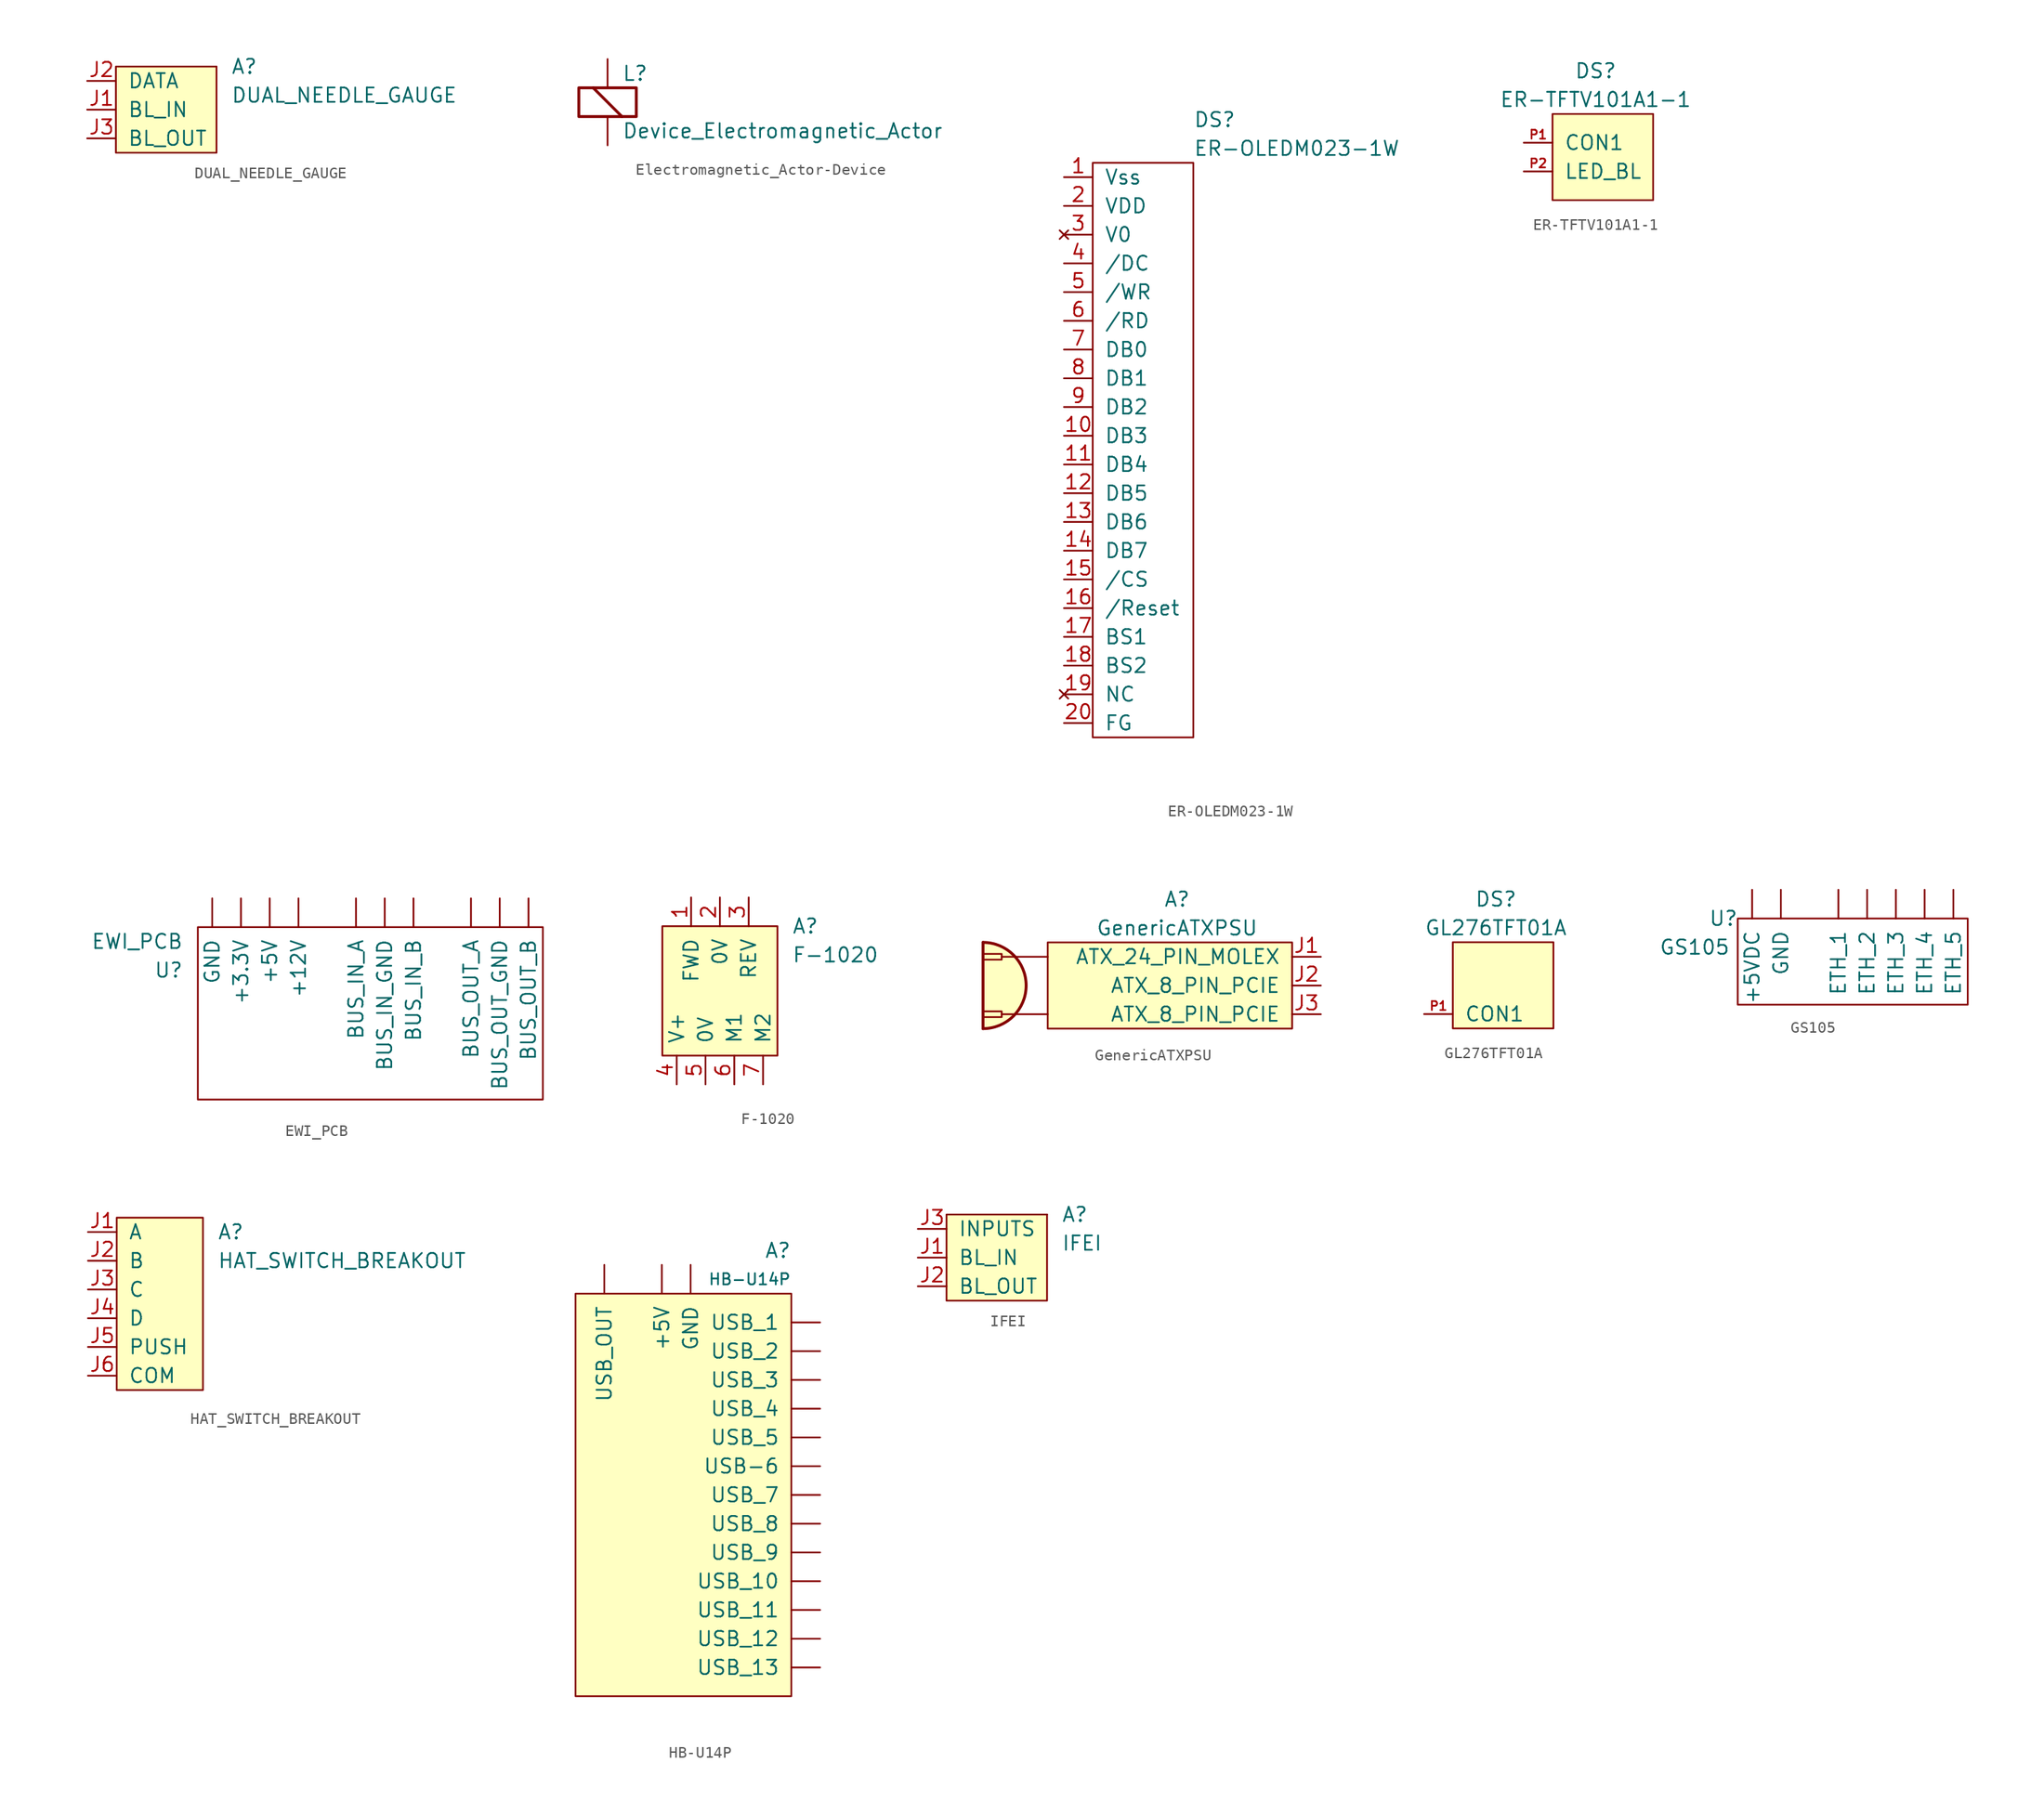
<source format=kicad_sym>
(kicad_symbol_lib
  (version 20231120)
  (generator "kicad_symbol_editor")
  (generator_version "8.0")
  (symbol "DUAL_NEEDLE_GAUGE"
    (pin_names
      (offset 1.016))
    (property "Reference" "A"
      (at 10.16 6.35 0)
      (effects (font (size 1.27 1.27)) (justify left)))
    (property "Value" "DUAL_NEEDLE_GAUGE"
      (at 10.16 3.81 0)
      (effects (font (size 1.27 1.27)) (justify left)))
    (symbol "DUAL_NEEDLE_GAUGE_0_0"
      (pin input line (at -2.54 2.54 0) (length 2.54) (name "BL_IN" (effects (font (size 1.27 1.27)))) (number "J1" (effects (font (size 1.27 1.27)))))
      (pin input line (at -2.54 5.08 0) (length 2.54) (name "DATA" (effects (font (size 1.27 1.27)))) (number "J2" (effects (font (size 1.27 1.27)))))
      (pin output line (at -2.54 0 0) (length 2.54) (name "BL_OUT" (effects (font (size 1.27 1.27)))) (number "J3" (effects (font (size 1.27 1.27))))))
    (symbol "DUAL_NEEDLE_GAUGE_0_1"
      (rectangle (start 0 -1.27) (end 8.89 6.35) (stroke (width 0) (type default)) (fill (type background)))
      (rectangle (start 8.89 6.35) (end 8.89 6.35) (stroke (width 0) (type default)) (fill (type none)))))
  (symbol "Electromagnetic_Actor-Device"
    (pin_numbers hide)
    (pin_names
      (offset 0.025) hide)
    (property "Reference" "L"
      (at 1.27 3.81 0)
      (effects (font (size 1.27 1.27)) (justify left)))
    (property "Value" "Device_Electromagnetic_Actor"
      (at 1.27 -1.27 0)
      (effects (font (size 1.27 1.27)) (justify left)))
    (symbol "Electromagnetic_Actor-Device_0_1"
      (rectangle (start -2.54 2.54) (end 2.54 0) (stroke (width 0.254) (type solid)) (fill (type none)))
      (polyline (pts (xy -1.27 2.54) (xy 1.27 0)) (stroke (width 0.254) (type solid)) (fill (type none))))
    (symbol "Electromagnetic_Actor-Device_1_1"
      (pin passive line (at 0 5.08 270) (length 2.54) (name "-" (effects (font (size 1.27 1.27)))) (number "1" (effects (font (size 1.27 1.27)))))
      (pin passive line (at 0 -2.54 90) (length 2.54) (name "+" (effects (font (size 1.27 1.27)))) (number "2" (effects (font (size 1.27 1.27)))))))
  (symbol "ER-OLEDM023-1W"
    (pin_names
      (offset 1.016))
    (property "Reference" "DS"
      (at 2.54 19.05 0)
      (effects (font (size 1.27 1.27)) (justify left)))
    (property "Value" "ER-OLEDM023-1W"
      (at 2.54 16.51 0)
      (effects (font (size 1.27 1.27)) (justify left)))
    (symbol "ER-OLEDM023-1W_0_0"
      (pin power_out line (at -8.89 13.97 0) (length 2.54) (name "Vss" (effects (font (size 1.27 1.27)))) (number "1" (effects (font (size 1.27 1.27)))))
      (pin bidirectional line (at -8.89 -8.89 0) (length 2.54) (name "DB3" (effects (font (size 1.27 1.27)))) (number "10" (effects (font (size 1.27 1.27)))))
      (pin bidirectional line (at -8.89 -11.43 0) (length 2.54) (name "DB4" (effects (font (size 1.27 1.27)))) (number "11" (effects (font (size 1.27 1.27)))))
      (pin bidirectional line (at -8.89 -13.97 0) (length 2.54) (name "DB5" (effects (font (size 1.27 1.27)))) (number "12" (effects (font (size 1.27 1.27)))))
      (pin bidirectional line (at -8.89 -16.51 0) (length 2.54) (name "DB6" (effects (font (size 1.27 1.27)))) (number "13" (effects (font (size 1.27 1.27)))))
      (pin bidirectional line (at -8.89 -19.05 0) (length 2.54) (name "DB7" (effects (font (size 1.27 1.27)))) (number "14" (effects (font (size 1.27 1.27)))))
      (pin input line (at -8.89 -21.59 0) (length 2.54) (name "/CS" (effects (font (size 1.27 1.27)))) (number "15" (effects (font (size 1.27 1.27)))))
      (pin input line (at -8.89 -24.13 0) (length 2.54) (name "/Reset" (effects (font (size 1.27 1.27)))) (number "16" (effects (font (size 1.27 1.27)))))
      (pin tri_state line (at -8.89 -26.67 0) (length 2.54) (name "BS1" (effects (font (size 1.27 1.27)))) (number "17" (effects (font (size 1.27 1.27)))))
      (pin tri_state line (at -8.89 -29.21 0) (length 2.54) (name "BS2" (effects (font (size 1.27 1.27)))) (number "18" (effects (font (size 1.27 1.27)))))
      (pin no_connect line (at -8.89 -31.75 0) (length 2.54) (name "NC" (effects (font (size 1.27 1.27)))) (number "19" (effects (font (size 1.27 1.27)))))
      (pin power_in line (at -8.89 11.43 0) (length 2.54) (name "VDD" (effects (font (size 1.27 1.27)))) (number "2" (effects (font (size 1.27 1.27)))))
      (pin power_out line (at -8.89 -34.29 0) (length 2.54) (name "FG" (effects (font (size 1.27 1.27)))) (number "20" (effects (font (size 1.27 1.27)))))
      (pin no_connect line (at -8.89 8.89 0) (length 2.54) (name "V0" (effects (font (size 1.27 1.27)))) (number "3" (effects (font (size 1.27 1.27)))))
      (pin input line (at -8.89 6.35 0) (length 2.54) (name "/DC" (effects (font (size 1.27 1.27)))) (number "4" (effects (font (size 1.27 1.27)))))
      (pin input line (at -8.89 3.81 0) (length 2.54) (name "/WR" (effects (font (size 1.27 1.27)))) (number "5" (effects (font (size 1.27 1.27)))))
      (pin input line (at -8.89 1.27 0) (length 2.54) (name "/RD" (effects (font (size 1.27 1.27)))) (number "6" (effects (font (size 1.27 1.27)))))
      (pin bidirectional line (at -8.89 -1.27 0) (length 2.54) (name "DB0" (effects (font (size 1.27 1.27)))) (number "7" (effects (font (size 1.27 1.27)))))
      (pin bidirectional line (at -8.89 -3.81 0) (length 2.54) (name "DB1" (effects (font (size 1.27 1.27)))) (number "8" (effects (font (size 1.27 1.27)))))
      (pin bidirectional line (at -8.89 -6.35 0) (length 2.54) (name "DB2" (effects (font (size 1.27 1.27)))) (number "9" (effects (font (size 1.27 1.27))))))
    (symbol "ER-OLEDM023-1W_0_1"
      (rectangle (start -6.35 15.24) (end 2.54 -35.56) (stroke (width 0) (type default)) (fill (type none)))))
  (symbol "ER-TFTV101A1-1"
    (pin_names
      (offset 1.016))
    (property "Reference" "DS"
      (at 0 7.62 0)
      (effects (font (size 1.27 1.27))))
    (property "Value" "ER-TFTV101A1-1"
      (at 0 5.08 0)
      (effects (font (size 1.27 1.27))))
    (symbol "ER-TFTV101A1-1_0_0"
      (pin bidirectional line (at -6.35 1.27 0) (length 2.54) (name "CON1" (effects (font (size 1.27 1.27)))) (number "P1" (effects (font (size 0.787 0.787)))))
      (pin bidirectional line (at -6.35 -1.27 0) (length 2.54) (name "LED_BL" (effects (font (size 1.27 1.27)))) (number "P2" (effects (font (size 0.787 0.787))))))
    (symbol "ER-TFTV101A1-1_0_1"
      (rectangle (start -3.81 3.81) (end 5.08 -3.81) (stroke (width 0) (type default)) (fill (type background)))))
  (symbol "EWI_PCB"
    (pin_names
      (offset 1.016))
    (property "Reference" "U"
      (at -16.51 2.54 0)
      (effects (font (size 1.27 1.27)) (justify right)))
    (property "Value" "EWI_PCB"
      (at -16.51 5.08 0)
      (effects (font (size 1.27 1.27)) (justify right)))
    (symbol "EWI_PCB_0_0"
      (pin power_in line (at -6.35 8.89 270) (length 2.54) (name "+12V" (effects (font (size 1.27 1.27)))) (number "~" (effects (font (size 1.27 1.27)))))
      (pin power_in line (at -11.43 8.89 270) (length 2.54) (name "+3.3V" (effects (font (size 1.27 1.27)))) (number "~" (effects (font (size 1.27 1.27)))))
      (pin power_in line (at -8.89 8.89 270) (length 2.54) (name "+5V" (effects (font (size 1.27 1.27)))) (number "~" (effects (font (size 1.27 1.27)))))
      (pin bidirectional line (at -1.27 8.89 270) (length 2.54) (name "BUS_IN_A" (effects (font (size 1.27 1.27)))) (number "~" (effects (font (size 1.27 1.27)))))
      (pin bidirectional line (at 3.81 8.89 270) (length 2.54) (name "BUS_IN_B" (effects (font (size 1.27 1.27)))) (number "~" (effects (font (size 1.27 1.27)))))
      (pin power_out line (at 1.27 8.89 270) (length 2.54) (name "BUS_IN_GND" (effects (font (size 1.27 1.27)))) (number "~" (effects (font (size 1.27 1.27)))))
      (pin bidirectional line (at 8.89 8.89 270) (length 2.54) (name "BUS_OUT_A" (effects (font (size 1.27 1.27)))) (number "~" (effects (font (size 1.27 1.27)))))
      (pin bidirectional line (at 13.97 8.89 270) (length 2.54) (name "BUS_OUT_B" (effects (font (size 1.27 1.27)))) (number "~" (effects (font (size 1.27 1.27)))))
      (pin power_out line (at 11.43 8.89 270) (length 2.54) (name "BUS_OUT_GND" (effects (font (size 1.27 1.27)))) (number "~" (effects (font (size 1.27 1.27)))))
      (pin power_out line (at -13.97 8.89 270) (length 2.54) (name "GND" (effects (font (size 1.27 1.27)))) (number "~" (effects (font (size 1.27 1.27))))))
    (symbol "EWI_PCB_0_1"
      (rectangle (start -15.24 6.35) (end 15.24 -8.89) (stroke (width 0) (type default)) (fill (type none)))))
  (symbol "F-1020"
    (pin_names
      (offset 1.016))
    (property "Reference" "A"
      (at 6.35 6.35 0)
      (effects (font (size 1.27 1.27)) (justify left)))
    (property "Value" "F-1020"
      (at 6.35 3.81 0)
      (effects (font (size 1.27 1.27)) (justify left)))
    (symbol "F-1020_0_0"
      (pin unspecified line (at -2.54 8.89 270) (length 2.54) (name "FWD" (effects (font (size 1.27 1.27)))) (number "1" (effects (font (size 1.27 1.27)))))
      (pin unspecified line (at 0 8.89 270) (length 2.54) (name "0V" (effects (font (size 1.27 1.27)))) (number "2" (effects (font (size 1.27 1.27)))))
      (pin unspecified line (at 2.54 8.89 270) (length 2.54) (name "REV" (effects (font (size 1.27 1.27)))) (number "3" (effects (font (size 1.27 1.27)))))
      (pin unspecified line (at -3.81 -7.62 90) (length 2.54) (name "V+" (effects (font (size 1.27 1.27)))) (number "4" (effects (font (size 1.27 1.27)))))
      (pin unspecified line (at -1.27 -7.62 90) (length 2.54) (name "0V" (effects (font (size 1.27 1.27)))) (number "5" (effects (font (size 1.27 1.27)))))
      (pin unspecified line (at 1.27 -7.62 90) (length 2.54) (name "M1" (effects (font (size 1.27 1.27)))) (number "6" (effects (font (size 1.27 1.27)))))
      (pin unspecified line (at 3.81 -7.62 90) (length 2.54) (name "M2" (effects (font (size 1.27 1.27)))) (number "7" (effects (font (size 1.27 1.27))))))
    (symbol "F-1020_0_1"
      (rectangle (start -5.08 -5.08) (end 5.08 6.35) (stroke (width 0) (type default)) (fill (type background)))))
  (symbol "GenericATXPSU"
    (pin_names
      (offset 1.016))
    (property "Reference" "A"
      (at -2.54 12.7 0)
      (effects (font (size 1.27 1.27))))
    (property "Value" "GenericATXPSU"
      (at -2.54 10.16 0)
      (effects (font (size 1.27 1.27))))
    (symbol "GenericATXPSU_0_0"
      (pin unspecified line (at 10.16 7.62 180) (length 2.54) (name "ATX_24_PIN_MOLEX" (effects (font (size 1.27 1.27)))) (number "J1" (effects (font (size 1.27 1.27)))))
      (pin unspecified line (at 10.16 5.08 180) (length 2.54) (name "ATX_8_PIN_PCIE" (effects (font (size 1.27 1.27)))) (number "J2" (effects (font (size 1.27 1.27)))))
      (pin unspecified line (at 10.16 2.54 180) (length 2.54) (name "ATX_8_PIN_PCIE" (effects (font (size 1.27 1.27)))) (number "J3" (effects (font (size 1.27 1.27))))))
    (symbol "GenericATXPSU_0_1"
      (rectangle (start -13.97 8.89) (end 7.62 1.27) (stroke (width 0) (type default)) (fill (type background))))
    (symbol "GenericATXPSU_1_1"
      (arc (start -19.685 1.27) (mid -15.8916 5.08) (end -19.685 8.89) (stroke (width 0.254) (type default)) (fill (type background)))
      (rectangle (start -19.685 2.286) (end -18.034 2.794) (stroke (width 0) (type default)) (fill (type none)))
      (rectangle (start -19.685 7.366) (end -18.034 7.874) (stroke (width 0) (type default)) (fill (type none)))
      (polyline (pts (xy -19.685 1.27) (xy -19.685 8.89)) (stroke (width 0.254) (type default)) (fill (type none)))
      (polyline (pts (xy -18.034 2.54) (xy -13.97 2.54)) (stroke (width 0) (type default)) (fill (type none)))
      (polyline (pts (xy -18.034 7.62) (xy -13.97 7.62)) (stroke (width 0) (type default)) (fill (type none)))))
  (symbol "GL276TFT01A"
    (pin_names
      (offset 1.016))
    (property "Reference" "DS"
      (at 0 7.62 0)
      (effects (font (size 1.27 1.27))))
    (property "Value" "GL276TFT01A"
      (at 0 5.08 0)
      (effects (font (size 1.27 1.27))))
    (symbol "GL276TFT01A_0_0"
      (pin bidirectional line (at -6.35 -2.54 0) (length 2.54) (name "CON1" (effects (font (size 1.27 1.27)))) (number "P1" (effects (font (size 0.787 0.787))))))
    (symbol "GL276TFT01A_0_1"
      (rectangle (start -3.81 3.81) (end 5.08 -3.81) (stroke (width 0) (type default)) (fill (type background)))))
  (symbol "GS105"
    (pin_names
      (offset 1.016))
    (property "Reference" "U"
      (at -11.43 3.81 0)
      (effects (font (size 1.27 1.27))))
    (property "Value" "GS105"
      (at -13.97 1.27 0)
      (effects (font (size 1.27 1.27))))
    (symbol "GS105_0_0"
      (pin power_in line (at -8.89 6.35 270) (length 2.54) (name "+5VDC" (effects (font (size 1.27 1.27)))) (number "~" (effects (font (size 1.27 1.27)))))
      (pin bidirectional line (at -1.27 6.35 270) (length 2.54) (name "ETH_1" (effects (font (size 1.27 1.27)))) (number "~" (effects (font (size 1.27 1.27)))))
      (pin bidirectional line (at 1.27 6.35 270) (length 2.54) (name "ETH_2" (effects (font (size 1.27 1.27)))) (number "~" (effects (font (size 1.27 1.27)))))
      (pin bidirectional line (at 3.81 6.35 270) (length 2.54) (name "ETH_3" (effects (font (size 1.27 1.27)))) (number "~" (effects (font (size 1.27 1.27)))))
      (pin bidirectional line (at 6.35 6.35 270) (length 2.54) (name "ETH_4" (effects (font (size 1.27 1.27)))) (number "~" (effects (font (size 1.27 1.27)))))
      (pin bidirectional line (at 8.89 6.35 270) (length 2.54) (name "ETH_5" (effects (font (size 1.27 1.27)))) (number "~" (effects (font (size 1.27 1.27)))))
      (pin power_out line (at -6.35 6.35 270) (length 2.54) (name "GND" (effects (font (size 1.27 1.27)))) (number "~" (effects (font (size 1.27 1.27))))))
    (symbol "GS105_0_1"
      (rectangle (start -10.16 3.81) (end 10.16 -3.81) (stroke (width 0) (type default)) (fill (type none)))))
  (symbol "HAT_SWITCH_BREAKOUT"
    (pin_names
      (offset 1.016))
    (property "Reference" "A"
      (at 8.89 6.35 0)
      (effects (font (size 1.27 1.27)) (justify left)))
    (property "Value" "HAT_SWITCH_BREAKOUT"
      (at 8.89 3.81 0)
      (effects (font (size 1.27 1.27)) (justify left)))
    (symbol "HAT_SWITCH_BREAKOUT_0_0"
      (pin unspecified line (at -2.54 6.35 0) (length 2.54) (name "A" (effects (font (size 1.27 1.27)))) (number "J1" (effects (font (size 1.27 1.27)))))
      (pin unspecified line (at -2.54 3.81 0) (length 2.54) (name "B" (effects (font (size 1.27 1.27)))) (number "J2" (effects (font (size 1.27 1.27)))))
      (pin unspecified line (at -2.54 1.27 0) (length 2.54) (name "C" (effects (font (size 1.27 1.27)))) (number "J3" (effects (font (size 1.27 1.27)))))
      (pin unspecified line (at -2.54 -1.27 0) (length 2.54) (name "D" (effects (font (size 1.27 1.27)))) (number "J4" (effects (font (size 1.27 1.27)))))
      (pin unspecified line (at -2.54 -3.81 0) (length 2.54) (name "PUSH" (effects (font (size 1.27 1.27)))) (number "J5" (effects (font (size 1.27 1.27)))))
      (pin unspecified line (at -2.54 -6.35 0) (length 2.54) (name "COM" (effects (font (size 1.27 1.27)))) (number "J6" (effects (font (size 1.27 1.27))))))
    (symbol "HAT_SWITCH_BREAKOUT_0_1"
      (rectangle (start 0 7.62) (end 7.62 -7.62) (stroke (width 0) (type default)) (fill (type background)))))
  (symbol "HB-U14P"
    (pin_names
      (offset 1.016))
    (property "Reference" "A"
      (at 8.89 20.32 0)
      (effects (font (size 1.27 1.27)) (justify right)))
    (property "Value" "HB-U14P"
      (at 8.89 17.78 0)
      (effects (font (size 0.991 0.991)) (justify right)))
    (symbol "HB-U14P_0_0"
      (pin power_in line (at -2.54 19.05 270) (length 2.54) (name "+5V" (effects (font (size 1.27 1.27)))) (number "~" (effects (font (size 1.27 1.27)))))
      (pin power_out line (at 0 19.05 270) (length 2.54) (name "GND" (effects (font (size 1.27 1.27)))) (number "~" (effects (font (size 1.27 1.27)))))
      (pin bidirectional line (at 11.43 1.27 180) (length 2.54) (name "USB-6" (effects (font (size 1.27 1.27)))) (number "~" (effects (font (size 1.27 1.27)))))
      (pin bidirectional line (at 11.43 13.97 180) (length 2.54) (name "USB_1" (effects (font (size 1.27 1.27)))) (number "~" (effects (font (size 1.27 1.27)))))
      (pin bidirectional line (at 11.43 -8.89 180) (length 2.54) (name "USB_10" (effects (font (size 1.27 1.27)))) (number "~" (effects (font (size 1.27 1.27)))))
      (pin bidirectional line (at 11.43 -11.43 180) (length 2.54) (name "USB_11" (effects (font (size 1.27 1.27)))) (number "~" (effects (font (size 1.27 1.27)))))
      (pin bidirectional line (at 11.43 -13.97 180) (length 2.54) (name "USB_12" (effects (font (size 1.27 1.27)))) (number "~" (effects (font (size 1.27 1.27)))))
      (pin bidirectional line (at 11.43 -16.51 180) (length 2.54) (name "USB_13" (effects (font (size 1.27 1.27)))) (number "~" (effects (font (size 1.27 1.27)))))
      (pin bidirectional line (at 11.43 11.43 180) (length 2.54) (name "USB_2" (effects (font (size 1.27 1.27)))) (number "~" (effects (font (size 1.27 1.27)))))
      (pin bidirectional line (at 11.43 8.89 180) (length 2.54) (name "USB_3" (effects (font (size 1.27 1.27)))) (number "~" (effects (font (size 1.27 1.27)))))
      (pin bidirectional line (at 11.43 6.35 180) (length 2.54) (name "USB_4" (effects (font (size 1.27 1.27)))) (number "~" (effects (font (size 1.27 1.27)))))
      (pin bidirectional line (at 11.43 3.81 180) (length 2.54) (name "USB_5" (effects (font (size 1.27 1.27)))) (number "~" (effects (font (size 1.27 1.27)))))
      (pin bidirectional line (at 11.43 -1.27 180) (length 2.54) (name "USB_7" (effects (font (size 1.27 1.27)))) (number "~" (effects (font (size 1.27 1.27)))))
      (pin bidirectional line (at 11.43 -3.81 180) (length 2.54) (name "USB_8" (effects (font (size 1.27 1.27)))) (number "~" (effects (font (size 1.27 1.27)))))
      (pin bidirectional line (at 11.43 -6.35 180) (length 2.54) (name "USB_9" (effects (font (size 1.27 1.27)))) (number "~" (effects (font (size 1.27 1.27)))))
      (pin bidirectional line (at -7.62 19.05 270) (length 2.54) (name "USB_OUT" (effects (font (size 1.27 1.27)))) (number "~" (effects (font (size 1.27 1.27))))))
    (symbol "HB-U14P_0_1"
      (rectangle (start -10.16 16.51) (end 8.89 -19.05) (stroke (width 0) (type default)) (fill (type background)))))
  (symbol "IFEI"
    (pin_names
      (offset 1.016))
    (property "Reference" "A"
      (at 10.16 6.35 0)
      (effects (font (size 1.27 1.27)) (justify left)))
    (property "Value" "IFEI"
      (at 10.16 3.81 0)
      (effects (font (size 1.27 1.27)) (justify left)))
    (symbol "IFEI_0_0"
      (pin input line (at -2.54 2.54 0) (length 2.54) (name "BL_IN" (effects (font (size 1.27 1.27)))) (number "J1" (effects (font (size 1.27 1.27)))))
      (pin output line (at -2.54 0 0) (length 2.54) (name "BL_OUT" (effects (font (size 1.27 1.27)))) (number "J2" (effects (font (size 1.27 1.27)))))
      (pin input line (at -2.54 5.08 0) (length 2.54) (name "INPUTS" (effects (font (size 1.27 1.27)))) (number "J3" (effects (font (size 1.27 1.27))))))
    (symbol "IFEI_0_1"
      (rectangle (start 0 -1.27) (end 8.89 6.35) (stroke (width 0) (type default)) (fill (type background)))
      (rectangle (start 8.89 6.35) (end 8.89 6.35) (stroke (width 0) (type default)) (fill (type none))))))
</source>
